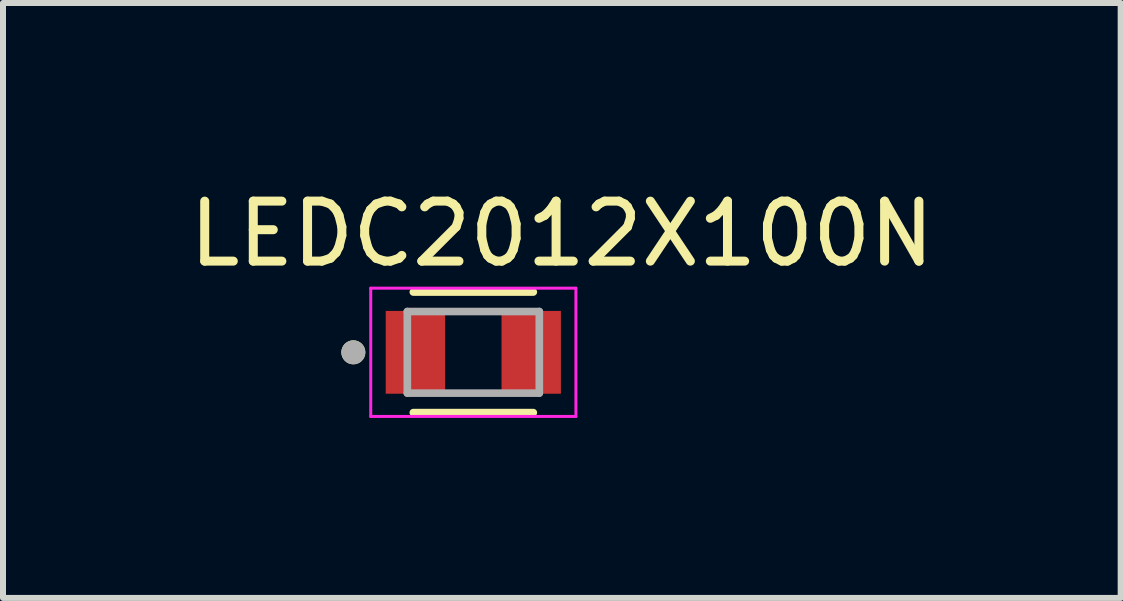
<source format=kicad_pcb>
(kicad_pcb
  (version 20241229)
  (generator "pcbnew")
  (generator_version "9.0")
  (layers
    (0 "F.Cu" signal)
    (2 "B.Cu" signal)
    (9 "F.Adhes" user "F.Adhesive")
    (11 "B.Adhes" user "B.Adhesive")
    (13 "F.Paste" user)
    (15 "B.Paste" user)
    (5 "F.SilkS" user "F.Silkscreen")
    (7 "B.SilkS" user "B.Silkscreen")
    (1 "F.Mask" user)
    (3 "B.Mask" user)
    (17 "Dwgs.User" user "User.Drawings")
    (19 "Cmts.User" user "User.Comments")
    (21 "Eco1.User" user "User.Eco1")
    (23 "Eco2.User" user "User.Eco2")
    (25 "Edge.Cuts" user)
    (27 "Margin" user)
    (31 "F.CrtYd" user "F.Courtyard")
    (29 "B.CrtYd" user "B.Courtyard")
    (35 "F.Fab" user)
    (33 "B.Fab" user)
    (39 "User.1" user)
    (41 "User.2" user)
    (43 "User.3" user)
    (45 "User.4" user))
  (footprint "LEDC2012X100N"
    (layer "F.Cu")
    (at 4.84 2.823)
    (property "Reference" "LEDC2012X100N" (at 1.475 -1.975 0) (layer "F.SilkS") (effects (font (size 1 1) (thickness 0.15))))
    (attr smd)
    (fp_line (start -1 -1.005) (end 1 -1.005) (stroke (width 0.127) (type solid)) (layer "F.SilkS"))
    (fp_line (start 1 1.005) (end -1 1.005) (stroke (width 0.127) (type solid)) (layer "F.SilkS"))
    (fp_circle (center -2 0) (end -1.9 0) (stroke (width 0.2) (type solid)) (fill no) (layer "F.SilkS"))
    (fp_line (start -1.71 -1.069) (end 1.71 -1.069) (stroke (width 0.05) (type solid)) (layer "F.CrtYd"))
    (fp_line (start -1.71 1.069) (end -1.71 -1.069) (stroke (width 0.05) (type solid)) (layer "F.CrtYd"))
    (fp_line (start 1.71 -1.069) (end 1.71 1.069) (stroke (width 0.05) (type solid)) (layer "F.CrtYd"))
    (fp_line (start 1.71 1.069) (end -1.71 1.069) (stroke (width 0.05) (type solid)) (layer "F.CrtYd"))
    (fp_line (start -1.1 -0.68) (end 1.1 -0.68) (stroke (width 0.127) (type solid)) (layer "F.Fab"))
    (fp_line (start -1.1 0.68) (end -1.1 -0.68) (stroke (width 0.127) (type solid)) (layer "F.Fab"))
    (fp_line (start 1.1 -0.68) (end 1.1 0.68) (stroke (width 0.127) (type solid)) (layer "F.Fab"))
    (fp_line (start 1.1 0.68) (end -1.1 0.68) (stroke (width 0.127) (type solid)) (layer "F.Fab"))
    (fp_circle (center -2 0) (end -1.9 0) (stroke (width 0.2) (type solid)) (fill no) (layer "F.Fab"))
    (pad "A" smd rect (at 0.965 0) (size 0.99 1.38) (layers "F.Cu" "F.Mask" "F.Paste"))
    (pad "C" smd rect (at -0.965 0) (size 0.99 1.38) (layers "F.Cu" "F.Mask" "F.Paste")))
  (gr_rect
    (start -3 -3)
    (end 15.631 6.917)
    (stroke (width 0.1) (type default))
    (fill no)
    (layer "Edge.Cuts")))
</source>
